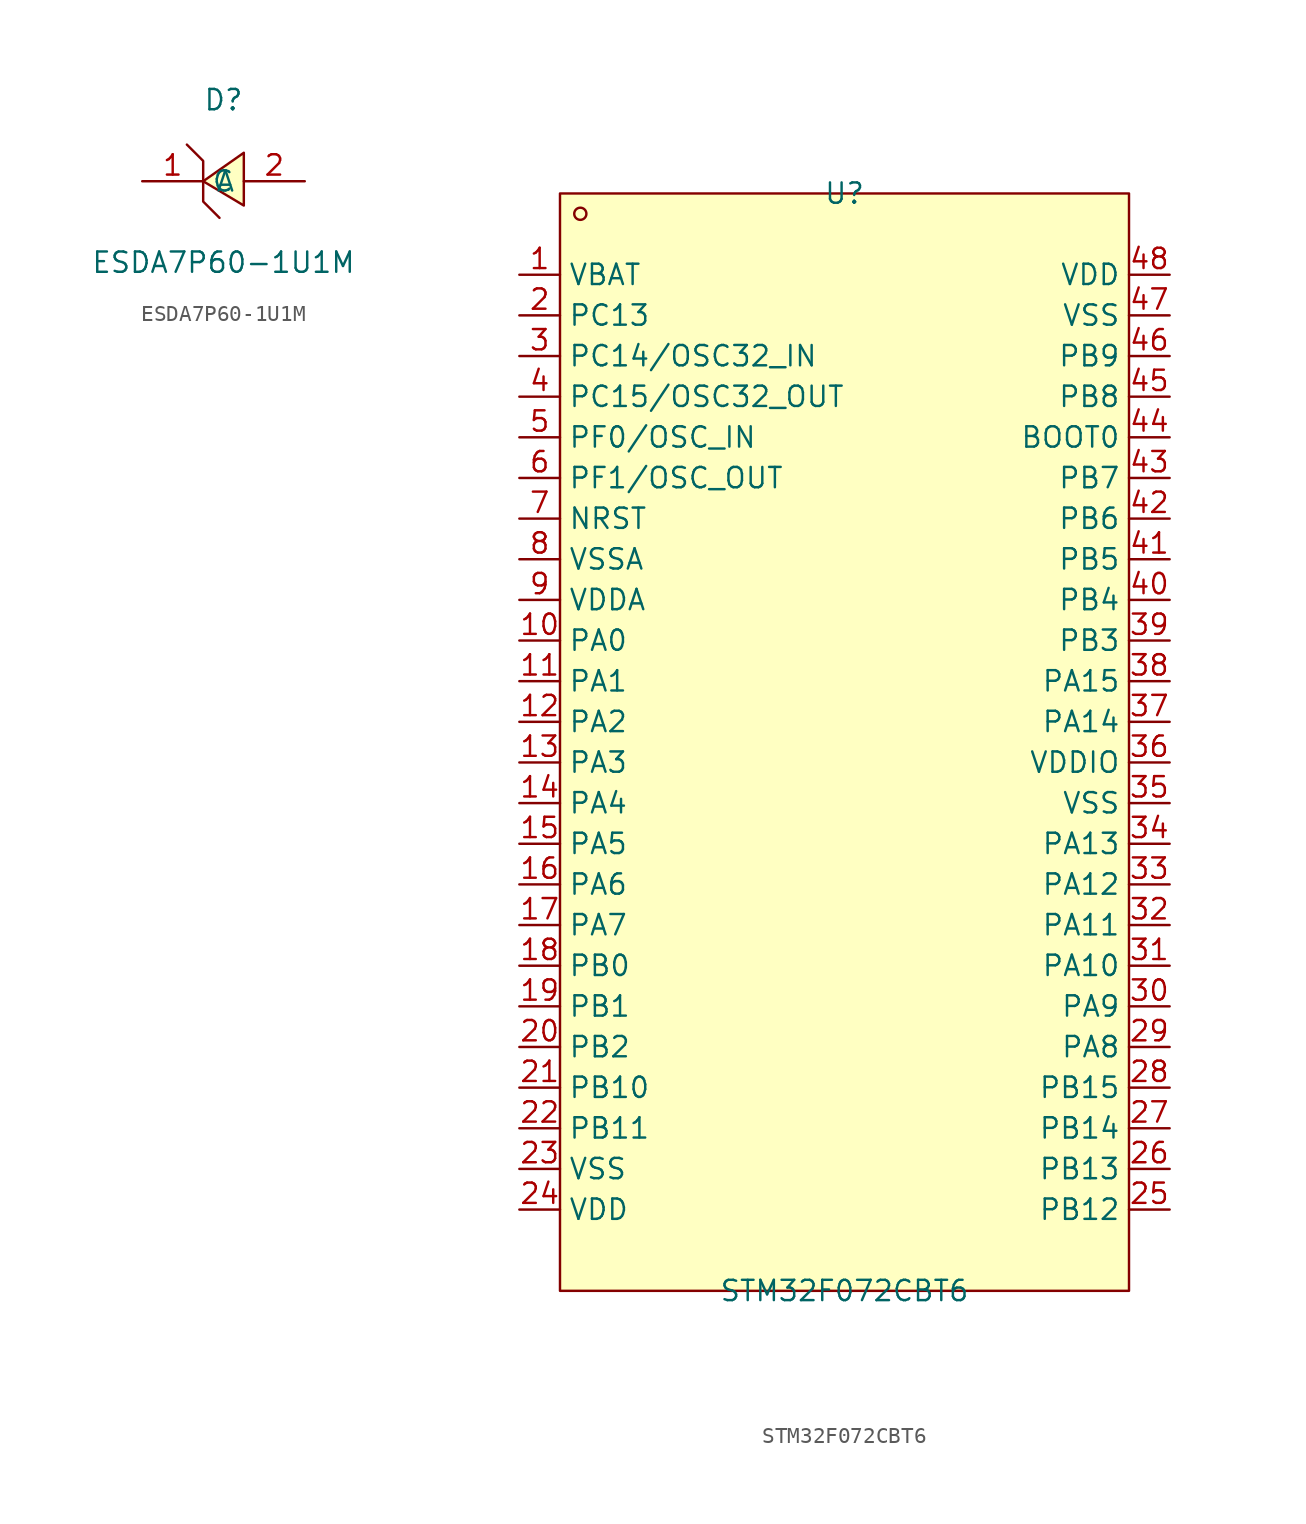
<source format=kicad_sym>
(kicad_symbol_lib
  (version 20211014)
  (generator https://github.com/uPesy/easyeda2kicad.py)
  (symbol "ESDA7P60-1U1M"
    (property "Reference" "D"
      (at 0 5.08 0)
      (effects (font (size 1.27 1.27))))
    (property "Value" "ESDA7P60-1U1M"
      (at 0 -5.08 0)
      (effects (font (size 1.27 1.27))))
    (symbol "ESDA7P60-1U1M_0_1"
      (polyline (pts (xy 1.27 -1.52) (xy -1.27 -0.00) (xy 1.27 1.78) (xy 1.27 -1.52)) (stroke (width 0) (type default) (color 0 0 0 0)) (fill (type background)))
      (polyline (pts (xy -2.29 2.29) (xy -1.27 1.27) (xy -1.27 -1.27) (xy -0.25 -2.29)) (stroke (width 0) (type default) (color 0 0 0 0)) (fill (type none)))
      (pin unspecified line (at 5.08 -0.00 180) (length 3.81) (name "A" (effects (font (size 1.27 1.27)))) (number "2" (effects (font (size 1.27 1.27)))))
      (pin unspecified line (at -5.08 -0.00 0) (length 3.81) (name "C" (effects (font (size 1.27 1.27)))) (number "1" (effects (font (size 1.27 1.27)))))))
  (symbol "STM32F072CBT6"
    (property "Reference" "U"
      (at 0 34.29 0)
      (effects (font (size 1.27 1.27))))
    (property "Value" "STM32F072CBT6"
      (at 0 -34.29 0)
      (effects (font (size 1.27 1.27))))
    (symbol "STM32F072CBT6_0_1"
      (rectangle (start -17.78 34.29) (end 17.78 -34.29) (stroke (width 0) (type default) (color 0 0 0 0)) (fill (type background)))
      (circle (center -16.51 33.02) (radius 0.38) (stroke (width 0) (type default) (color 0 0 0 0)) (fill (type none)))
      (pin unspecified line (at -20.32 29.21 0) (length 2.54) (name "VBAT" (effects (font (size 1.27 1.27)))) (number "1" (effects (font (size 1.27 1.27)))))
      (pin unspecified line (at -20.32 26.67 0) (length 2.54) (name "PC13" (effects (font (size 1.27 1.27)))) (number "2" (effects (font (size 1.27 1.27)))))
      (pin unspecified line (at -20.32 24.13 0) (length 2.54) (name "PC14/OSC32_IN" (effects (font (size 1.27 1.27)))) (number "3" (effects (font (size 1.27 1.27)))))
      (pin unspecified line (at -20.32 21.59 0) (length 2.54) (name "PC15/OSC32_OUT" (effects (font (size 1.27 1.27)))) (number "4" (effects (font (size 1.27 1.27)))))
      (pin unspecified line (at -20.32 19.05 0) (length 2.54) (name "PF0/OSC_IN" (effects (font (size 1.27 1.27)))) (number "5" (effects (font (size 1.27 1.27)))))
      (pin unspecified line (at -20.32 16.51 0) (length 2.54) (name "PF1/OSC_OUT" (effects (font (size 1.27 1.27)))) (number "6" (effects (font (size 1.27 1.27)))))
      (pin unspecified line (at -20.32 13.97 0) (length 2.54) (name "NRST" (effects (font (size 1.27 1.27)))) (number "7" (effects (font (size 1.27 1.27)))))
      (pin unspecified line (at -20.32 11.43 0) (length 2.54) (name "VSSA" (effects (font (size 1.27 1.27)))) (number "8" (effects (font (size 1.27 1.27)))))
      (pin unspecified line (at -20.32 8.89 0) (length 2.54) (name "VDDA" (effects (font (size 1.27 1.27)))) (number "9" (effects (font (size 1.27 1.27)))))
      (pin unspecified line (at -20.32 6.35 0) (length 2.54) (name "PA0" (effects (font (size 1.27 1.27)))) (number "10" (effects (font (size 1.27 1.27)))))
      (pin unspecified line (at -20.32 3.81 0) (length 2.54) (name "PA1" (effects (font (size 1.27 1.27)))) (number "11" (effects (font (size 1.27 1.27)))))
      (pin unspecified line (at -20.32 1.27 0) (length 2.54) (name "PA2" (effects (font (size 1.27 1.27)))) (number "12" (effects (font (size 1.27 1.27)))))
      (pin unspecified line (at -20.32 -1.27 0) (length 2.54) (name "PA3" (effects (font (size 1.27 1.27)))) (number "13" (effects (font (size 1.27 1.27)))))
      (pin unspecified line (at -20.32 -3.81 0) (length 2.54) (name "PA4" (effects (font (size 1.27 1.27)))) (number "14" (effects (font (size 1.27 1.27)))))
      (pin unspecified line (at -20.32 -6.35 0) (length 2.54) (name "PA5" (effects (font (size 1.27 1.27)))) (number "15" (effects (font (size 1.27 1.27)))))
      (pin unspecified line (at -20.32 -8.89 0) (length 2.54) (name "PA6" (effects (font (size 1.27 1.27)))) (number "16" (effects (font (size 1.27 1.27)))))
      (pin unspecified line (at -20.32 -11.43 0) (length 2.54) (name "PA7" (effects (font (size 1.27 1.27)))) (number "17" (effects (font (size 1.27 1.27)))))
      (pin unspecified line (at -20.32 -13.97 0) (length 2.54) (name "PB0" (effects (font (size 1.27 1.27)))) (number "18" (effects (font (size 1.27 1.27)))))
      (pin unspecified line (at -20.32 -16.51 0) (length 2.54) (name "PB1" (effects (font (size 1.27 1.27)))) (number "19" (effects (font (size 1.27 1.27)))))
      (pin unspecified line (at -20.32 -19.05 0) (length 2.54) (name "PB2" (effects (font (size 1.27 1.27)))) (number "20" (effects (font (size 1.27 1.27)))))
      (pin unspecified line (at -20.32 -21.59 0) (length 2.54) (name "PB10" (effects (font (size 1.27 1.27)))) (number "21" (effects (font (size 1.27 1.27)))))
      (pin unspecified line (at -20.32 -24.13 0) (length 2.54) (name "PB11" (effects (font (size 1.27 1.27)))) (number "22" (effects (font (size 1.27 1.27)))))
      (pin unspecified line (at -20.32 -26.67 0) (length 2.54) (name "VSS" (effects (font (size 1.27 1.27)))) (number "23" (effects (font (size 1.27 1.27)))))
      (pin unspecified line (at -20.32 -29.21 0) (length 2.54) (name "VDD" (effects (font (size 1.27 1.27)))) (number "24" (effects (font (size 1.27 1.27)))))
      (pin unspecified line (at 20.32 -29.21 180) (length 2.54) (name "PB12" (effects (font (size 1.27 1.27)))) (number "25" (effects (font (size 1.27 1.27)))))
      (pin unspecified line (at 20.32 -26.67 180) (length 2.54) (name "PB13" (effects (font (size 1.27 1.27)))) (number "26" (effects (font (size 1.27 1.27)))))
      (pin unspecified line (at 20.32 -24.13 180) (length 2.54) (name "PB14" (effects (font (size 1.27 1.27)))) (number "27" (effects (font (size 1.27 1.27)))))
      (pin unspecified line (at 20.32 -21.59 180) (length 2.54) (name "PB15" (effects (font (size 1.27 1.27)))) (number "28" (effects (font (size 1.27 1.27)))))
      (pin unspecified line (at 20.32 -19.05 180) (length 2.54) (name "PA8" (effects (font (size 1.27 1.27)))) (number "29" (effects (font (size 1.27 1.27)))))
      (pin unspecified line (at 20.32 -16.51 180) (length 2.54) (name "PA9" (effects (font (size 1.27 1.27)))) (number "30" (effects (font (size 1.27 1.27)))))
      (pin unspecified line (at 20.32 -13.97 180) (length 2.54) (name "PA10" (effects (font (size 1.27 1.27)))) (number "31" (effects (font (size 1.27 1.27)))))
      (pin unspecified line (at 20.32 -11.43 180) (length 2.54) (name "PA11" (effects (font (size 1.27 1.27)))) (number "32" (effects (font (size 1.27 1.27)))))
      (pin unspecified line (at 20.32 -8.89 180) (length 2.54) (name "PA12" (effects (font (size 1.27 1.27)))) (number "33" (effects (font (size 1.27 1.27)))))
      (pin unspecified line (at 20.32 -6.35 180) (length 2.54) (name "PA13" (effects (font (size 1.27 1.27)))) (number "34" (effects (font (size 1.27 1.27)))))
      (pin unspecified line (at 20.32 -3.81 180) (length 2.54) (name "VSS" (effects (font (size 1.27 1.27)))) (number "35" (effects (font (size 1.27 1.27)))))
      (pin unspecified line (at 20.32 -1.27 180) (length 2.54) (name "VDDIO" (effects (font (size 1.27 1.27)))) (number "36" (effects (font (size 1.27 1.27)))))
      (pin unspecified line (at 20.32 1.27 180) (length 2.54) (name "PA14" (effects (font (size 1.27 1.27)))) (number "37" (effects (font (size 1.27 1.27)))))
      (pin unspecified line (at 20.32 3.81 180) (length 2.54) (name "PA15" (effects (font (size 1.27 1.27)))) (number "38" (effects (font (size 1.27 1.27)))))
      (pin unspecified line (at 20.32 6.35 180) (length 2.54) (name "PB3" (effects (font (size 1.27 1.27)))) (number "39" (effects (font (size 1.27 1.27)))))
      (pin unspecified line (at 20.32 8.89 180) (length 2.54) (name "PB4" (effects (font (size 1.27 1.27)))) (number "40" (effects (font (size 1.27 1.27)))))
      (pin unspecified line (at 20.32 11.43 180) (length 2.54) (name "PB5" (effects (font (size 1.27 1.27)))) (number "41" (effects (font (size 1.27 1.27)))))
      (pin unspecified line (at 20.32 13.97 180) (length 2.54) (name "PB6" (effects (font (size 1.27 1.27)))) (number "42" (effects (font (size 1.27 1.27)))))
      (pin unspecified line (at 20.32 16.51 180) (length 2.54) (name "PB7" (effects (font (size 1.27 1.27)))) (number "43" (effects (font (size 1.27 1.27)))))
      (pin unspecified line (at 20.32 19.05 180) (length 2.54) (name "BOOT0" (effects (font (size 1.27 1.27)))) (number "44" (effects (font (size 1.27 1.27)))))
      (pin unspecified line (at 20.32 21.59 180) (length 2.54) (name "PB8" (effects (font (size 1.27 1.27)))) (number "45" (effects (font (size 1.27 1.27)))))
      (pin unspecified line (at 20.32 24.13 180) (length 2.54) (name "PB9" (effects (font (size 1.27 1.27)))) (number "46" (effects (font (size 1.27 1.27)))))
      (pin unspecified line (at 20.32 26.67 180) (length 2.54) (name "VSS" (effects (font (size 1.27 1.27)))) (number "47" (effects (font (size 1.27 1.27)))))
      (pin unspecified line (at 20.32 29.21 180) (length 2.54) (name "VDD" (effects (font (size 1.27 1.27)))) (number "48" (effects (font (size 1.27 1.27))))))))
</source>
